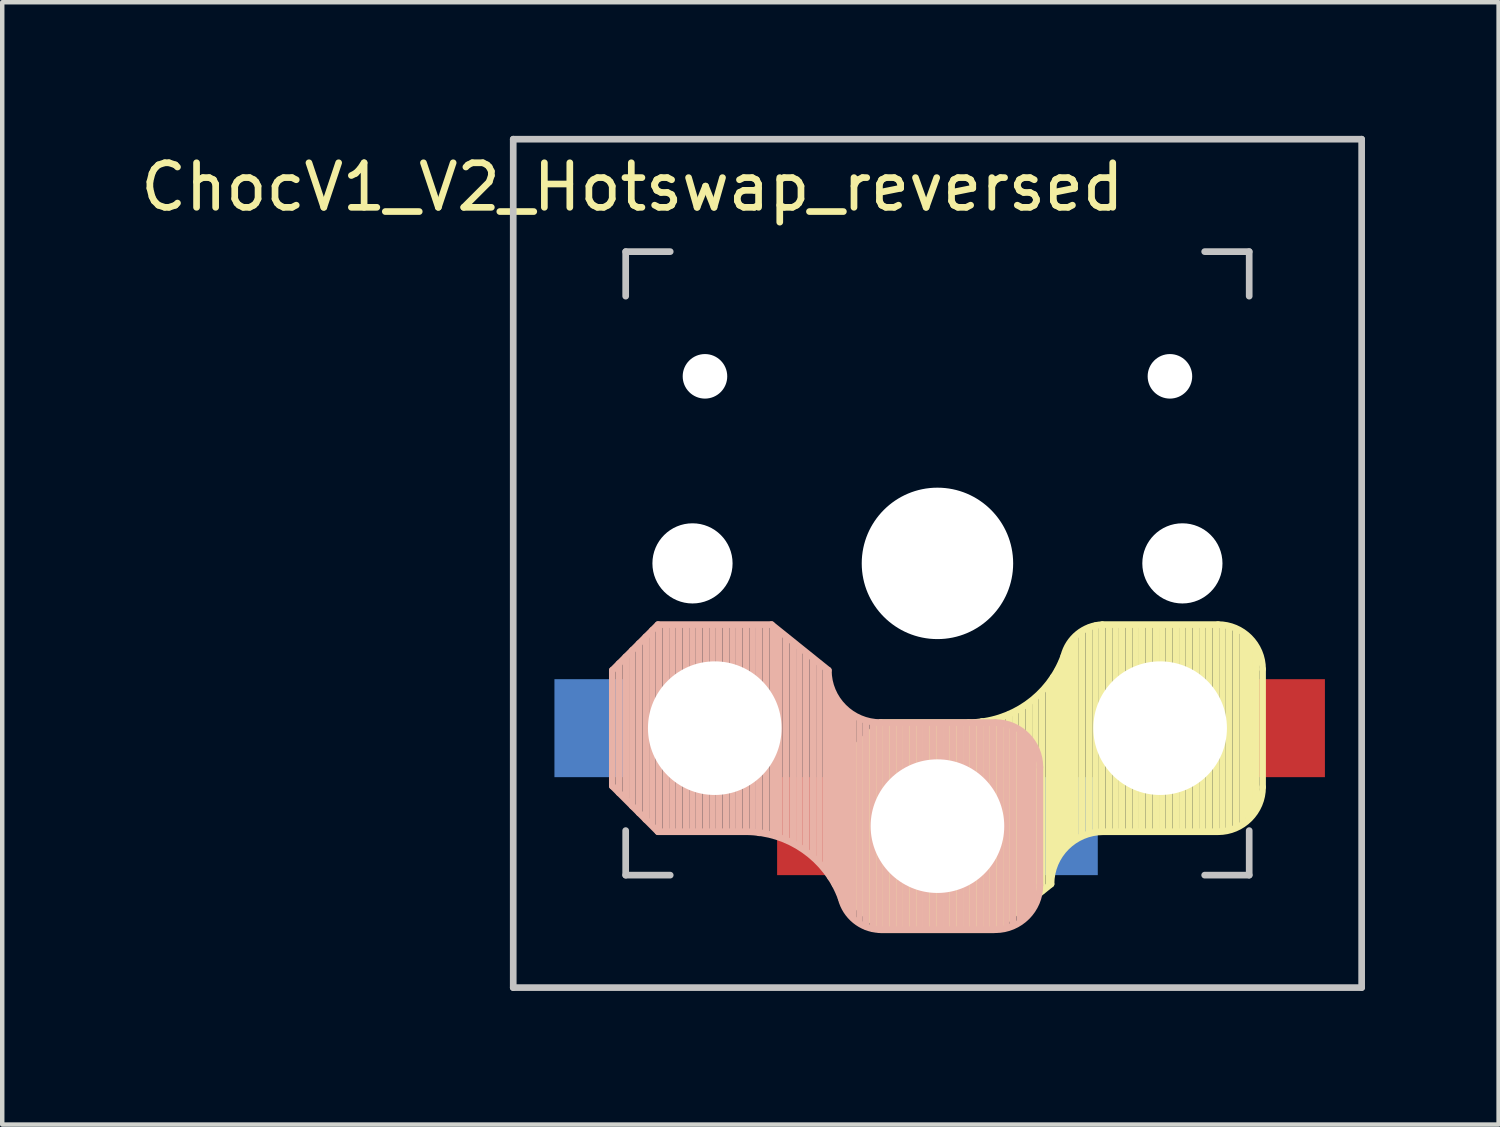
<source format=kicad_pcb>
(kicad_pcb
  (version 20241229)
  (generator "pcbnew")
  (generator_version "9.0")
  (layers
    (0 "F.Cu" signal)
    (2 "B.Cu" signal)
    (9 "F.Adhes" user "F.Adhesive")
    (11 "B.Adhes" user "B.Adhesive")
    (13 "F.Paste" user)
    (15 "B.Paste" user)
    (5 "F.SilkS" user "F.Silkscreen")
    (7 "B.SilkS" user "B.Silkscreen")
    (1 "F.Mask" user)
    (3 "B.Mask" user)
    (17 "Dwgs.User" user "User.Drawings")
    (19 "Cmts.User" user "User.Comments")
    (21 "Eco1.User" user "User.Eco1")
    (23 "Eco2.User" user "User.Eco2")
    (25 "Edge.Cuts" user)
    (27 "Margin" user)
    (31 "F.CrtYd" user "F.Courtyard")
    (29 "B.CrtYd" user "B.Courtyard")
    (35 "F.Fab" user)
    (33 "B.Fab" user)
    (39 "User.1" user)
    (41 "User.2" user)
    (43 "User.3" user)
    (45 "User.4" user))
  (footprint "ChocV1_V2_Hotswap_reversed"
    (layer "F.Cu")
    (at 17.999 9.6)
    (property "Reference" "ChocV1_V2_Hotswap_reversed" (at -6.85 -8.45 0) (layer "F.SilkS") (effects (font (size 1 1) (thickness 0.15))))
    (attr through_hole)
    (fp_line (start -2.3 4.6) (end -1.275 3.575) (stroke (width 0.15) (type solid)) (layer "F.SilkS"))
    (fp_line (start -2.3 7.2) (end -2.3 4.6) (stroke (width 0.15) (type solid)) (layer "F.SilkS"))
    (fp_line (start -2.3 7.2) (end -1.275 8.225) (stroke (width 0.15) (type solid)) (layer "F.SilkS"))
    (fp_line (start -2.15 4.45) (end -2.15 7.35) (stroke (width 0.15) (type solid)) (layer "F.SilkS"))
    (fp_line (start -2 4.35) (end -2 7.5) (stroke (width 0.15) (type solid)) (layer "F.SilkS"))
    (fp_line (start -1.85 4.15) (end -1.85 7.65) (stroke (width 0.15) (type solid)) (layer "F.SilkS"))
    (fp_line (start -1.7 4) (end -1.7 7.8) (stroke (width 0.15) (type solid)) (layer "F.SilkS"))
    (fp_line (start -1.55 3.85) (end -1.55 7.95) (stroke (width 0.15) (type solid)) (layer "F.SilkS"))
    (fp_line (start -1.4 3.75) (end -1.4 8.1) (stroke (width 0.15) (type solid)) (layer "F.SilkS"))
    (fp_line (start -1.25 3.6) (end -1.25 8.2) (stroke (width 0.15) (type solid)) (layer "F.SilkS"))
    (fp_line (start -1.1 3.6) (end -1.1 8.2) (stroke (width 0.15) (type solid)) (layer "F.SilkS"))
    (fp_line (start -0.95 3.6) (end -0.95 8.2) (stroke (width 0.15) (type solid)) (layer "F.SilkS"))
    (fp_line (start -0.8 3.6) (end -0.8 8.2) (stroke (width 0.15) (type solid)) (layer "F.SilkS"))
    (fp_line (start -0.65 3.6) (end -0.65 8.2) (stroke (width 0.15) (type solid)) (layer "F.SilkS"))
    (fp_line (start -0.5 3.6) (end -0.5 8.2) (stroke (width 0.15) (type solid)) (layer "F.SilkS"))
    (fp_line (start -0.35 3.6) (end -0.35 8.2) (stroke (width 0.15) (type solid)) (layer "F.SilkS"))
    (fp_line (start -0.2 3.6) (end -0.2 8.2) (stroke (width 0.15) (type solid)) (layer "F.SilkS"))
    (fp_line (start -0.05 3.6) (end -0.05 8.2) (stroke (width 0.15) (type solid)) (layer "F.SilkS"))
    (fp_line (start 0.1 3.6) (end 0.1 8.2) (stroke (width 0.15) (type solid)) (layer "F.SilkS"))
    (fp_line (start 0.25 3.6) (end 0.25 8.2) (stroke (width 0.15) (type solid)) (layer "F.SilkS"))
    (fp_line (start 0.4 3.6) (end 0.4 8.2) (stroke (width 0.15) (type solid)) (layer "F.SilkS"))
    (fp_line (start 0.55 3.6) (end 0.55 8.2) (stroke (width 0.15) (type solid)) (layer "F.SilkS"))
    (fp_line (start 0.7 3.575) (end -1.275 3.575) (stroke (width 0.15) (type solid)) (layer "F.SilkS"))
    (fp_line (start 0.7 3.6) (end 0.7 8.2) (stroke (width 0.15) (type solid)) (layer "F.SilkS"))
    (fp_line (start 0.85 3.6) (end 0.85 8.15) (stroke (width 0.15) (type solid)) (layer "F.SilkS"))
    (fp_line (start 1 3.55) (end 1 8.2) (stroke (width 0.15) (type solid)) (layer "F.SilkS"))
    (fp_line (start 1.15 3.55) (end 1.15 8.2) (stroke (width 0.15) (type solid)) (layer "F.SilkS"))
    (fp_line (start 1.275 8.225) (end -1.275 8.225) (stroke (width 0.15) (type solid)) (layer "F.SilkS"))
    (fp_line (start 1.275 8.225) (end 2.55 7.2) (stroke (width 0.15) (type solid)) (layer "F.SilkS"))
    (fp_line (start 1.3 3.55) (end 1.3 8.15) (stroke (width 0.15) (type solid)) (layer "F.SilkS"))
    (fp_line (start 1.45 3.5) (end 1.45 8.05) (stroke (width 0.15) (type solid)) (layer "F.SilkS"))
    (fp_line (start 1.6 3.4) (end 1.6 7.95) (stroke (width 0.15) (type solid)) (layer "F.SilkS"))
    (fp_line (start 1.75 3.35) (end 1.75 7.8) (stroke (width 0.15) (type solid)) (layer "F.SilkS"))
    (fp_line (start 1.9 3.25) (end 1.9 7.7) (stroke (width 0.15) (type solid)) (layer "F.SilkS"))
    (fp_line (start 2.05 3.15) (end 2.05 7.55) (stroke (width 0.15) (type solid)) (layer "F.SilkS"))
    (fp_line (start 2.2 3.05) (end 2.2 7.45) (stroke (width 0.15) (type solid)) (layer "F.SilkS"))
    (fp_line (start 2.35 2.9) (end 2.35 7.35) (stroke (width 0.15) (type solid)) (layer "F.SilkS"))
    (fp_line (start 2.5 2.75) (end 2.5 7.2) (stroke (width 0.15) (type solid)) (layer "F.SilkS"))
    (fp_line (start 2.6 2.55) (end 2.6 6.7) (stroke (width 0.15) (type solid)) (layer "F.SilkS"))
    (fp_line (start 2.7 2.4) (end 2.7 6.55) (stroke (width 0.15) (type solid)) (layer "F.SilkS"))
    (fp_line (start 2.8 2.2) (end 2.8 6.35) (stroke (width 0.15) (type solid)) (layer "F.SilkS"))
    (fp_line (start 2.9 2.05) (end 2.9 6.25) (stroke (width 0.15) (type solid)) (layer "F.SilkS"))
    (fp_line (start 3 1.8) (end 3 6.2) (stroke (width 0.15) (type solid)) (layer "F.SilkS"))
    (fp_line (start 3.1 1.65) (end 3.1 6.15) (stroke (width 0.15) (type solid)) (layer "F.SilkS"))
    (fp_line (start 3.25 1.55) (end 3.25 6.1) (stroke (width 0.15) (type solid)) (layer "F.SilkS"))
    (fp_line (start 3.4 1.45) (end 3.4 6) (stroke (width 0.15) (type solid)) (layer "F.SilkS"))
    (fp_line (start 3.55 1.4) (end 3.55 6) (stroke (width 0.15) (type solid)) (layer "F.SilkS"))
    (fp_line (start 3.7 1.4) (end 3.7 6) (stroke (width 0.15) (type solid)) (layer "F.SilkS"))
    (fp_line (start 3.85 1.4) (end 3.85 5.95) (stroke (width 0.15) (type solid)) (layer "F.SilkS"))
    (fp_line (start 4 1.4) (end 4 6) (stroke (width 0.15) (type solid)) (layer "F.SilkS"))
    (fp_line (start 4.15 1.4) (end 4.15 6) (stroke (width 0.15) (type solid)) (layer "F.SilkS"))
    (fp_line (start 4.3 1.4) (end 4.3 6) (stroke (width 0.15) (type solid)) (layer "F.SilkS"))
    (fp_line (start 4.45 1.4) (end 4.45 6) (stroke (width 0.15) (type solid)) (layer "F.SilkS"))
    (fp_line (start 4.6 1.4) (end 4.6 6) (stroke (width 0.15) (type solid)) (layer "F.SilkS"))
    (fp_line (start 4.75 1.4) (end 4.75 6) (stroke (width 0.15) (type solid)) (layer "F.SilkS"))
    (fp_line (start 4.9 1.4) (end 4.9 6) (stroke (width 0.15) (type solid)) (layer "F.SilkS"))
    (fp_line (start 5.05 1.4) (end 5.05 6) (stroke (width 0.15) (type solid)) (layer "F.SilkS"))
    (fp_line (start 5.2 1.4) (end 5.2 6) (stroke (width 0.15) (type solid)) (layer "F.SilkS"))
    (fp_line (start 5.35 1.4) (end 5.35 6) (stroke (width 0.15) (type solid)) (layer "F.SilkS"))
    (fp_line (start 5.5 1.4) (end 5.5 6) (stroke (width 0.15) (type solid)) (layer "F.SilkS"))
    (fp_line (start 5.65 1.4) (end 5.65 6) (stroke (width 0.15) (type solid)) (layer "F.SilkS"))
    (fp_line (start 5.8 1.4) (end 5.8 6) (stroke (width 0.15) (type solid)) (layer "F.SilkS"))
    (fp_line (start 5.95 1.4) (end 5.95 6) (stroke (width 0.15) (type solid)) (layer "F.SilkS"))
    (fp_line (start 6.1 1.4) (end 6.1 6) (stroke (width 0.15) (type solid)) (layer "F.SilkS"))
    (fp_line (start 6.25 1.4) (end 6.25 6) (stroke (width 0.15) (type solid)) (layer "F.SilkS"))
    (fp_line (start 6.3 1.375) (end 3.7 1.375) (stroke (width 0.15) (type solid)) (layer "F.SilkS"))
    (fp_line (start 6.3 6.025) (end 3.725 6.025) (stroke (width 0.15) (type solid)) (layer "F.SilkS"))
    (fp_line (start 6.4 1.4) (end 6.4 5.95) (stroke (width 0.15) (type solid)) (layer "F.SilkS"))
    (fp_line (start 6.55 1.45) (end 6.55 5.95) (stroke (width 0.15) (type solid)) (layer "F.SilkS"))
    (fp_line (start 6.7 1.5) (end 6.7 5.9) (stroke (width 0.15) (type solid)) (layer "F.SilkS"))
    (fp_line (start 6.85 1.6) (end 6.85 5.8) (stroke (width 0.15) (type solid)) (layer "F.SilkS"))
    (fp_line (start 6.95 1.7) (end 6.95 5.65) (stroke (width 0.15) (type solid)) (layer "F.SilkS"))
    (fp_line (start 7.05 1.8) (end 7.05 5.55) (stroke (width 0.15) (type solid)) (layer "F.SilkS"))
    (fp_line (start 7.15 1.95) (end 7.15 5.5) (stroke (width 0.15) (type solid)) (layer "F.SilkS"))
    (fp_line (start 7.3 5.025) (end 7.3 2.375) (stroke (width 0.15) (type solid)) (layer "F.SilkS"))
    (fp_arc (start 2.55 7.2) (mid 2.89415 6.36915) (end 3.725 6.025) (stroke (width 0.15) (type solid)) (layer "F.SilkS"))
    (fp_arc (start 2.837801 2.078096) (mid 2.004887 3.163571) (end 0.7 3.575) (stroke (width 0.15) (type solid)) (layer "F.SilkS"))
    (fp_arc (start 2.837801 2.078096) (mid 3.151716 1.583979) (end 3.699005 1.376209) (stroke (width 0.15) (type solid)) (layer "F.SilkS"))
    (fp_arc (start 6.3 1.375) (mid 7.007107 1.667893) (end 7.3 2.375) (stroke (width 0.15) (type solid)) (layer "F.SilkS"))
    (fp_arc (start 7.3 5.025) (mid 7.007107 5.732107) (end 6.3 6.025) (stroke (width 0.15) (type solid)) (layer "F.SilkS"))
    (fp_line (start -7.3 2.4) (end -7.3 5) (stroke (width 0.15) (type solid)) (layer "B.SilkS"))
    (fp_line (start -7.3 2.4) (end -6.275 1.375) (stroke (width 0.15) (type solid)) (layer "B.SilkS"))
    (fp_line (start -7.3 5) (end -6.275 6.025) (stroke (width 0.15) (type solid)) (layer "B.SilkS"))
    (fp_line (start -7.15 5.15) (end -7.15 2.25) (stroke (width 0.15) (type solid)) (layer "B.SilkS"))
    (fp_line (start -7 5.25) (end -7 2.1) (stroke (width 0.15) (type solid)) (layer "B.SilkS"))
    (fp_line (start -6.85 5.45) (end -6.85 1.95) (stroke (width 0.15) (type solid)) (layer "B.SilkS"))
    (fp_line (start -6.7 5.6) (end -6.7 1.8) (stroke (width 0.15) (type solid)) (layer "B.SilkS"))
    (fp_line (start -6.55 5.75) (end -6.55 1.65) (stroke (width 0.15) (type solid)) (layer "B.SilkS"))
    (fp_line (start -6.4 5.85) (end -6.4 1.5) (stroke (width 0.15) (type solid)) (layer "B.SilkS"))
    (fp_line (start -6.25 6) (end -6.25 1.4) (stroke (width 0.15) (type solid)) (layer "B.SilkS"))
    (fp_line (start -6.1 6) (end -6.1 1.4) (stroke (width 0.15) (type solid)) (layer "B.SilkS"))
    (fp_line (start -5.95 6) (end -5.95 1.4) (stroke (width 0.15) (type solid)) (layer "B.SilkS"))
    (fp_line (start -5.8 6) (end -5.8 1.4) (stroke (width 0.15) (type solid)) (layer "B.SilkS"))
    (fp_line (start -5.65 6) (end -5.65 1.4) (stroke (width 0.15) (type solid)) (layer "B.SilkS"))
    (fp_line (start -5.5 6) (end -5.5 1.4) (stroke (width 0.15) (type solid)) (layer "B.SilkS"))
    (fp_line (start -5.35 6) (end -5.35 1.4) (stroke (width 0.15) (type solid)) (layer "B.SilkS"))
    (fp_line (start -5.2 6) (end -5.2 1.4) (stroke (width 0.15) (type solid)) (layer "B.SilkS"))
    (fp_line (start -5.05 6) (end -5.05 1.4) (stroke (width 0.15) (type solid)) (layer "B.SilkS"))
    (fp_line (start -4.9 6) (end -4.9 1.4) (stroke (width 0.15) (type solid)) (layer "B.SilkS"))
    (fp_line (start -4.75 6) (end -4.75 1.4) (stroke (width 0.15) (type solid)) (layer "B.SilkS"))
    (fp_line (start -4.6 6) (end -4.6 1.4) (stroke (width 0.15) (type solid)) (layer "B.SilkS"))
    (fp_line (start -4.45 6) (end -4.45 1.4) (stroke (width 0.15) (type solid)) (layer "B.SilkS"))
    (fp_line (start -4.3 6) (end -4.3 1.4) (stroke (width 0.15) (type solid)) (layer "B.SilkS"))
    (fp_line (start -4.3 6.025) (end -6.275 6.025) (stroke (width 0.15) (type solid)) (layer "B.SilkS"))
    (fp_line (start -4.15 6) (end -4.15 1.45) (stroke (width 0.15) (type solid)) (layer "B.SilkS"))
    (fp_line (start -4 6.05) (end -4 1.4) (stroke (width 0.15) (type solid)) (layer "B.SilkS"))
    (fp_line (start -3.85 6.05) (end -3.85 1.4) (stroke (width 0.15) (type solid)) (layer "B.SilkS"))
    (fp_line (start -3.725 1.375) (end -6.275 1.375) (stroke (width 0.15) (type solid)) (layer "B.SilkS"))
    (fp_line (start -3.725 1.375) (end -2.45 2.4) (stroke (width 0.15) (type solid)) (layer "B.SilkS"))
    (fp_line (start -3.7 6.05) (end -3.7 1.45) (stroke (width 0.15) (type solid)) (layer "B.SilkS"))
    (fp_line (start -3.55 6.1) (end -3.55 1.55) (stroke (width 0.15) (type solid)) (layer "B.SilkS"))
    (fp_line (start -3.4 6.2) (end -3.4 1.65) (stroke (width 0.15) (type solid)) (layer "B.SilkS"))
    (fp_line (start -3.25 6.25) (end -3.25 1.8) (stroke (width 0.15) (type solid)) (layer "B.SilkS"))
    (fp_line (start -3.1 6.35) (end -3.1 1.9) (stroke (width 0.15) (type solid)) (layer "B.SilkS"))
    (fp_line (start -2.95 6.45) (end -2.95 2.05) (stroke (width 0.15) (type solid)) (layer "B.SilkS"))
    (fp_line (start -2.8 6.55) (end -2.8 2.15) (stroke (width 0.15) (type solid)) (layer "B.SilkS"))
    (fp_line (start -2.65 6.7) (end -2.65 2.25) (stroke (width 0.15) (type solid)) (layer "B.SilkS"))
    (fp_line (start -2.5 6.85) (end -2.5 2.4) (stroke (width 0.15) (type solid)) (layer "B.SilkS"))
    (fp_line (start -2.4 7.05) (end -2.4 2.9) (stroke (width 0.15) (type solid)) (layer "B.SilkS"))
    (fp_line (start -2.3 7.2) (end -2.3 3.05) (stroke (width 0.15) (type solid)) (layer "B.SilkS"))
    (fp_line (start -2.2 7.4) (end -2.2 3.25) (stroke (width 0.15) (type solid)) (layer "B.SilkS"))
    (fp_line (start -2.1 7.55) (end -2.1 3.35) (stroke (width 0.15) (type solid)) (layer "B.SilkS"))
    (fp_line (start -2 7.8) (end -2 3.4) (stroke (width 0.15) (type solid)) (layer "B.SilkS"))
    (fp_line (start -1.9 7.95) (end -1.9 3.45) (stroke (width 0.15) (type solid)) (layer "B.SilkS"))
    (fp_line (start -1.75 8.05) (end -1.75 3.5) (stroke (width 0.15) (type solid)) (layer "B.SilkS"))
    (fp_line (start -1.6 8.15) (end -1.6 3.6) (stroke (width 0.15) (type solid)) (layer "B.SilkS"))
    (fp_line (start -1.45 8.2) (end -1.45 3.6) (stroke (width 0.15) (type solid)) (layer "B.SilkS"))
    (fp_line (start -1.3 8.2) (end -1.3 3.6) (stroke (width 0.15) (type solid)) (layer "B.SilkS"))
    (fp_line (start -1.15 8.2) (end -1.15 3.65) (stroke (width 0.15) (type solid)) (layer "B.SilkS"))
    (fp_line (start -1 8.2) (end -1 3.6) (stroke (width 0.15) (type solid)) (layer "B.SilkS"))
    (fp_line (start -0.85 8.2) (end -0.85 3.6) (stroke (width 0.15) (type solid)) (layer "B.SilkS"))
    (fp_line (start -0.7 8.2) (end -0.7 3.6) (stroke (width 0.15) (type solid)) (layer "B.SilkS"))
    (fp_line (start -0.55 8.2) (end -0.55 3.6) (stroke (width 0.15) (type solid)) (layer "B.SilkS"))
    (fp_line (start -0.4 8.2) (end -0.4 3.6) (stroke (width 0.15) (type solid)) (layer "B.SilkS"))
    (fp_line (start -0.25 8.2) (end -0.25 3.6) (stroke (width 0.15) (type solid)) (layer "B.SilkS"))
    (fp_line (start -0.1 8.2) (end -0.1 3.6) (stroke (width 0.15) (type solid)) (layer "B.SilkS"))
    (fp_line (start 0.05 8.2) (end 0.05 3.6) (stroke (width 0.15) (type solid)) (layer "B.SilkS"))
    (fp_line (start 0.2 8.2) (end 0.2 3.6) (stroke (width 0.15) (type solid)) (layer "B.SilkS"))
    (fp_line (start 0.35 8.2) (end 0.35 3.6) (stroke (width 0.15) (type solid)) (layer "B.SilkS"))
    (fp_line (start 0.5 8.2) (end 0.5 3.6) (stroke (width 0.15) (type solid)) (layer "B.SilkS"))
    (fp_line (start 0.65 8.2) (end 0.65 3.6) (stroke (width 0.15) (type solid)) (layer "B.SilkS"))
    (fp_line (start 0.8 8.2) (end 0.8 3.6) (stroke (width 0.15) (type solid)) (layer "B.SilkS"))
    (fp_line (start 0.95 8.2) (end 0.95 3.6) (stroke (width 0.15) (type solid)) (layer "B.SilkS"))
    (fp_line (start 1.1 8.2) (end 1.1 3.6) (stroke (width 0.15) (type solid)) (layer "B.SilkS"))
    (fp_line (start 1.25 8.2) (end 1.25 3.6) (stroke (width 0.15) (type solid)) (layer "B.SilkS"))
    (fp_line (start 1.3 3.575) (end -1.275 3.575) (stroke (width 0.15) (type solid)) (layer "B.SilkS"))
    (fp_line (start 1.3 8.225) (end -1.3 8.225) (stroke (width 0.15) (type solid)) (layer "B.SilkS"))
    (fp_line (start 1.4 8.2) (end 1.4 3.65) (stroke (width 0.15) (type solid)) (layer "B.SilkS"))
    (fp_line (start 1.55 8.15) (end 1.55 3.65) (stroke (width 0.15) (type solid)) (layer "B.SilkS"))
    (fp_line (start 1.7 8.1) (end 1.7 3.7) (stroke (width 0.15) (type solid)) (layer "B.SilkS"))
    (fp_line (start 1.85 8) (end 1.85 3.8) (stroke (width 0.15) (type solid)) (layer "B.SilkS"))
    (fp_line (start 1.95 7.9) (end 1.95 3.95) (stroke (width 0.15) (type solid)) (layer "B.SilkS"))
    (fp_line (start 2.05 7.8) (end 2.05 4.05) (stroke (width 0.15) (type solid)) (layer "B.SilkS"))
    (fp_line (start 2.15 7.65) (end 2.15 4.1) (stroke (width 0.15) (type solid)) (layer "B.SilkS"))
    (fp_line (start 2.3 4.575) (end 2.3 7.225) (stroke (width 0.15) (type solid)) (layer "B.SilkS"))
    (fp_arc (start -4.3 6.025) (mid -2.995114 6.436429) (end -2.162199 7.521904) (stroke (width 0.15) (type solid)) (layer "B.SilkS"))
    (fp_arc (start -1.300995 8.223791) (mid -1.848286 8.016021) (end -2.162199 7.521904) (stroke (width 0.15) (type solid)) (layer "B.SilkS"))
    (fp_arc (start -1.275 3.575) (mid -2.10585 3.23085) (end -2.45 2.4) (stroke (width 0.15) (type solid)) (layer "B.SilkS"))
    (fp_arc (start 1.3 3.575) (mid 2.007107 3.867893) (end 2.3 4.575) (stroke (width 0.15) (type solid)) (layer "B.SilkS"))
    (fp_arc (start 2.3 7.225) (mid 2.007107 7.932107) (end 1.3 8.225) (stroke (width 0.15) (type solid)) (layer "B.SilkS"))
    (fp_line (start -9.525 -9.525) (end 9.525 -9.525) (stroke (width 0.15) (type solid)) (layer "Dwgs.User"))
    (fp_line (start -9.525 9.525) (end -9.525 -9.525) (stroke (width 0.15) (type solid)) (layer "Dwgs.User"))
    (fp_line (start -7 -7) (end -6 -7) (stroke (width 0.15) (type solid)) (layer "Dwgs.User"))
    (fp_line (start -7 -6) (end -7 -7) (stroke (width 0.15) (type solid)) (layer "Dwgs.User"))
    (fp_line (start -7 7) (end -7 6) (stroke (width 0.15) (type solid)) (layer "Dwgs.User"))
    (fp_line (start -6 7) (end -7 7) (stroke (width 0.15) (type solid)) (layer "Dwgs.User"))
    (fp_line (start 6 7) (end 7 7) (stroke (width 0.15) (type solid)) (layer "Dwgs.User"))
    (fp_line (start 7 -7) (end 6 -7) (stroke (width 0.15) (type solid)) (layer "Dwgs.User"))
    (fp_line (start 7 -6) (end 7 -7) (stroke (width 0.15) (type solid)) (layer "Dwgs.User"))
    (fp_line (start 7 7) (end 7 6) (stroke (width 0.15) (type solid)) (layer "Dwgs.User"))
    (fp_line (start 9.525 -9.525) (end 9.525 9.525) (stroke (width 0.15) (type solid)) (layer "Dwgs.User"))
    (fp_line (start 9.525 9.525) (end -9.525 9.525) (stroke (width 0.15) (type solid)) (layer "Dwgs.User"))
    (pad "" np_thru_hole circle (at -5.5 0 90) (size 1.8 1.8) (drill 1.8) (layers "*.Cu" "*.Mask"))
    (pad "" np_thru_hole circle (at -5.22 -4.2 180) (size 1 1) (drill 1) (layers "*.Cu" "*.Mask"))
    (pad "" np_thru_hole circle (at -5 3.7 90) (size 3 3) (drill 3) (layers "*.Cu" "*.Mask"))
    (pad "" np_thru_hole circle (at 0 0 90) (size 3.4 3.4) (drill 3.4) (layers "*.Cu" "*.Mask"))
    (pad "" np_thru_hole circle (at 0 5.9 90) (size 3 3) (drill 3) (layers "*.Cu" "*.Mask"))
    (pad "" np_thru_hole circle (at 5 3.7 270) (size 3 3) (drill 3) (layers "*.Cu" "*.Mask"))
    (pad "" np_thru_hole circle (at 5.22 -4.2 180) (size 1 1) (drill 1) (layers "*.Cu" "*.Mask"))
    (pad "" np_thru_hole circle (at 5.5 0 90) (size 1.8 1.8) (drill 1.8) (layers "*.Cu" "*.Mask"))
    (pad "1" smd rect (at -7.8 3.7 180) (size 1.6 2.2) (layers "B.Cu" "B.Mask" "B.Paste"))
    (pad "1" smd rect (at 7.9 3.7 180) (size 1.6 2.2) (layers "F.Cu" "F.Mask" "F.Paste"))
    (pad "2" smd rect (at -2.8 5.9 180) (size 1.6 2.2) (layers "F.Cu" "F.Mask" "F.Paste"))
    (pad "2" smd rect (at 2.8 5.9 180) (size 1.6 2.2) (layers "B.Cu" "B.Mask" "B.Paste")))
  (gr_rect
    (start -3 -3)
    (end 30.599 22.2)
    (stroke (width 0.1) (type default))
    (fill no)
    (layer "Edge.Cuts")))
</source>
